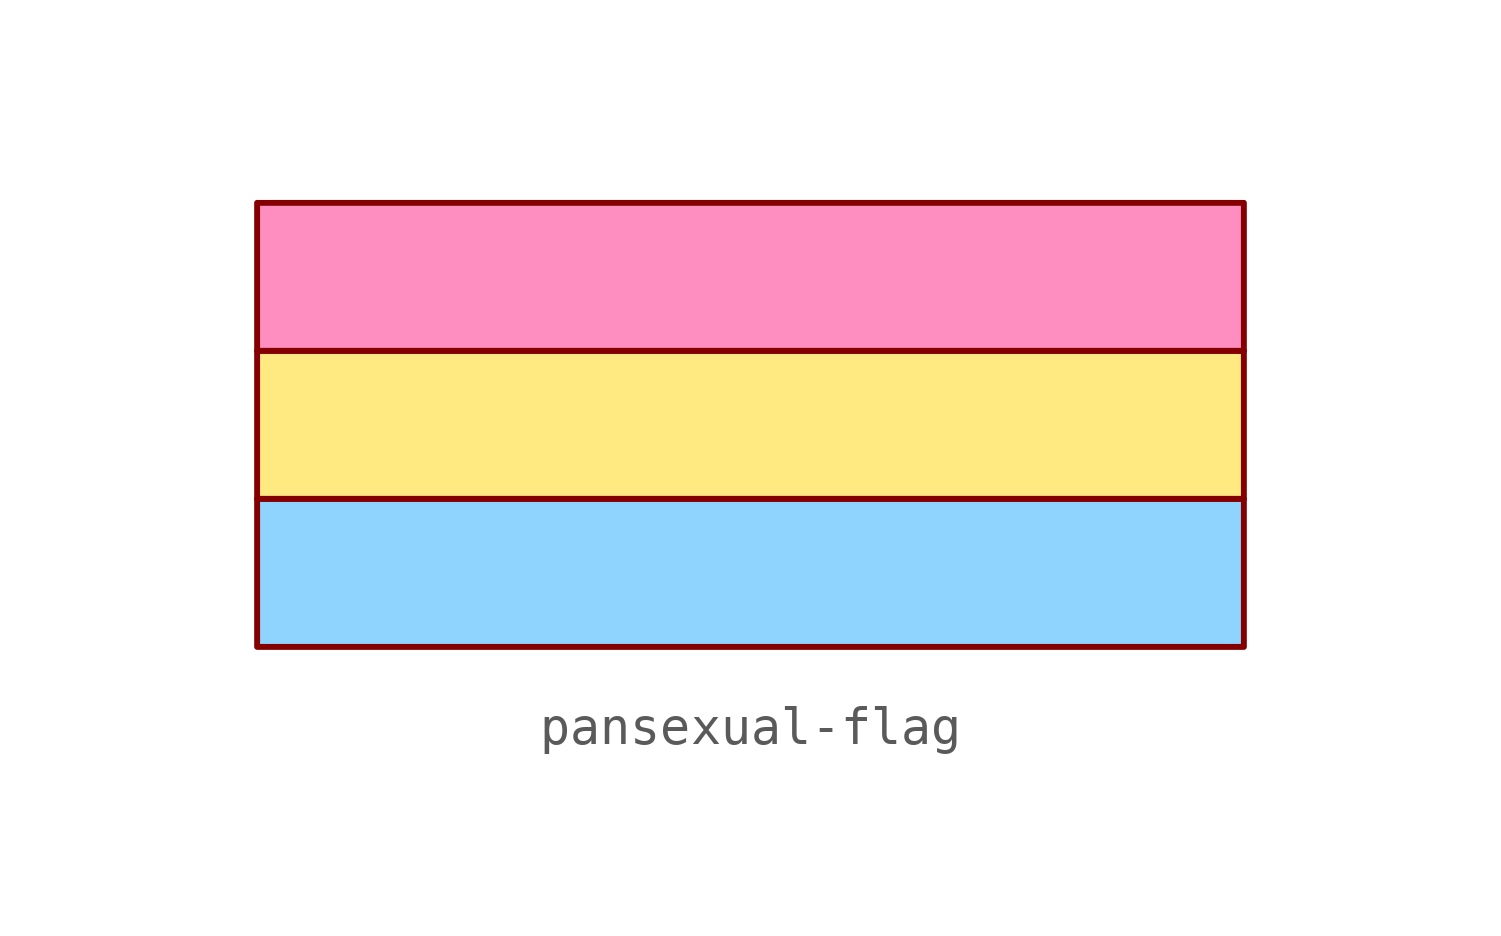
<source format=kicad_sym>
(kicad_symbol_lib
  (version 20220126)
  (generator kicad_symbol_editor)
  (symbol "pansexual-flag"
    (pin_numbers hide)
    (pin_names
      (offset 0) hide)
    (property "Reference" "#LOGO"
      (at 0 2.54 0)
      (effects (font (size 1.27 1.27)) hide))
    (symbol "pansexual-flag_0_1"
      (rectangle (start -12.7 -1.27) (end 12.7 -5.08) (stroke (width 0.152) (type default)) (fill (type color) (color 143 212 254 1)))
      (rectangle (start -12.7 2.54) (end 12.7 -1.27) (stroke (width 0.152) (type default)) (fill (type color) (color 255 234 129 1)))
      (rectangle (start -12.7 6.35) (end 12.7 2.54) (stroke (width 0.152) (type default)) (fill (type color) (color 254 142 192 1))))))
</source>
